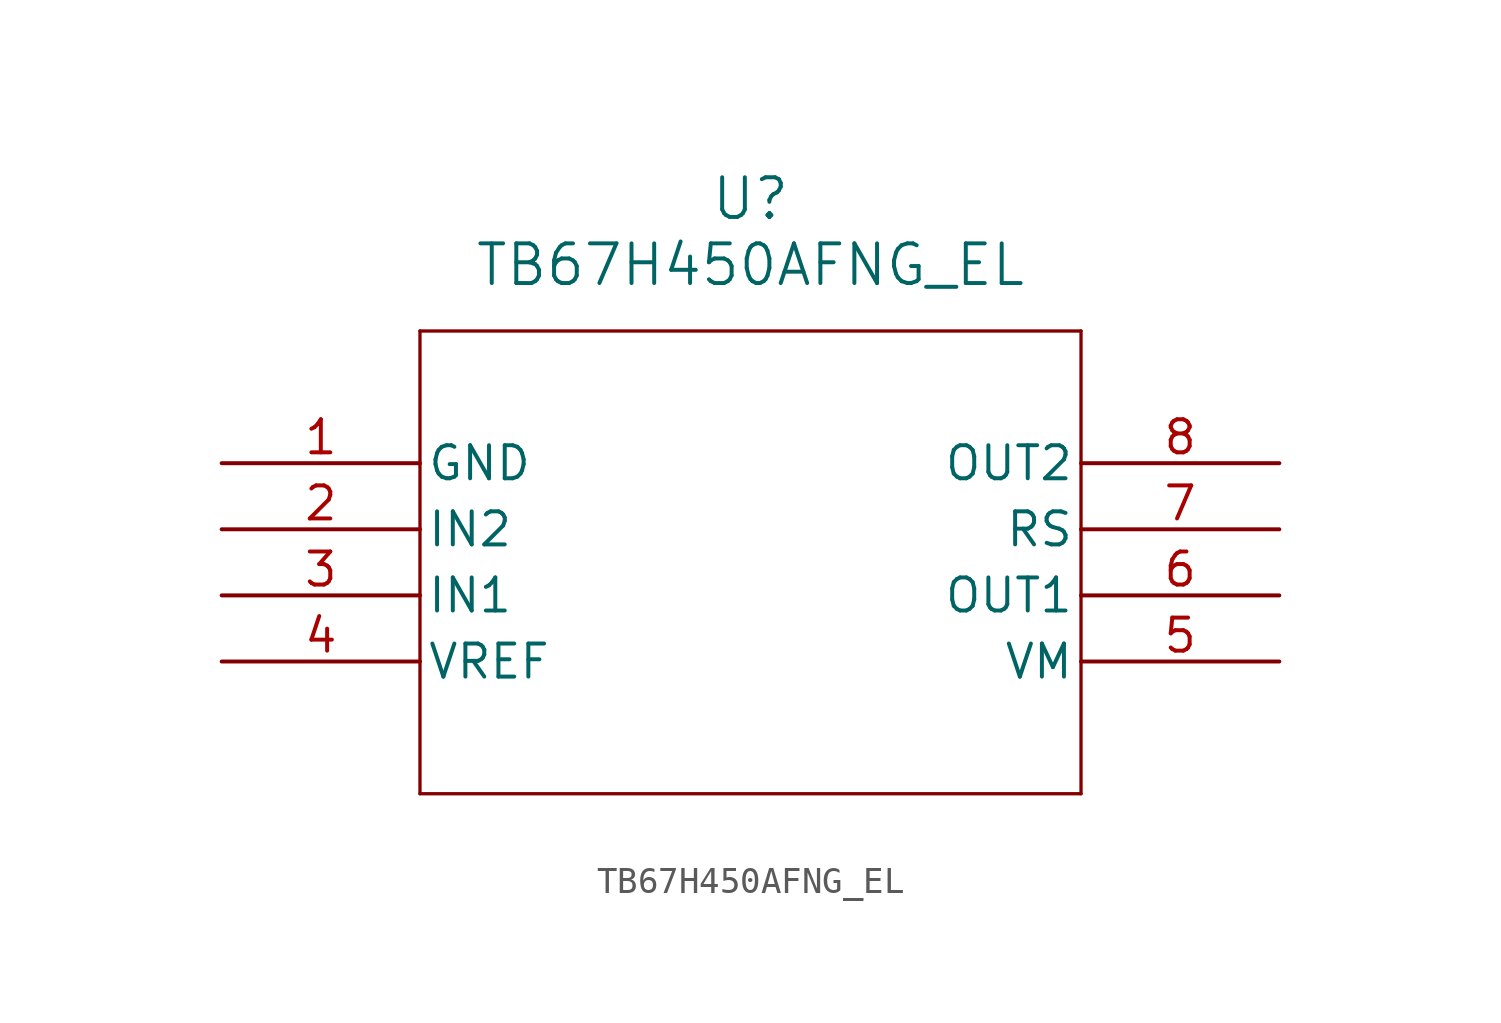
<source format=kicad_sym>
(kicad_symbol_lib
  (version 20211014)
  (generator kicad_symbol_editor)
  (symbol "TB67H450AFNG_EL"
    (pin_names
      (offset 0.254))
    (property "Reference" "U"
      (at 20.32 10.16 0)
      (effects (font (size 1.524 1.524))))
    (property "Value" "TB67H450AFNG_EL"
      (at 20.32 7.62 0)
      (effects (font (size 1.524 1.524))))
    (symbol "TB67H450AFNG_EL_0_1"
      (polyline (pts (xy 7.62 5.08) (xy 7.62 -12.7)) (stroke (width 0.127) (type default) (color 0 0 0 0)) (fill (type none)))
      (polyline (pts (xy 7.62 -12.7) (xy 33.02 -12.7)) (stroke (width 0.127) (type default) (color 0 0 0 0)) (fill (type none)))
      (polyline (pts (xy 33.02 -12.7) (xy 33.02 5.08)) (stroke (width 0.127) (type default) (color 0 0 0 0)) (fill (type none)))
      (polyline (pts (xy 33.02 5.08) (xy 7.62 5.08)) (stroke (width 0.127) (type default) (color 0 0 0 0)) (fill (type none)))
      (pin power_out line (at 0 0 0) (length 7.62) (name "GND" (effects (font (size 1.27 1.27)))) (number "1" (effects (font (size 1.27 1.27)))))
      (pin input line (at 0 -2.54 0) (length 7.62) (name "IN2" (effects (font (size 1.27 1.27)))) (number "2" (effects (font (size 1.27 1.27)))))
      (pin input line (at 0 -5.08 0) (length 7.62) (name "IN1" (effects (font (size 1.27 1.27)))) (number "3" (effects (font (size 1.27 1.27)))))
      (pin unspecified line (at 0 -7.62 0) (length 7.62) (name "VREF" (effects (font (size 1.27 1.27)))) (number "4" (effects (font (size 1.27 1.27)))))
      (pin power_in line (at 40.64 -7.62 180) (length 7.62) (name "VM" (effects (font (size 1.27 1.27)))) (number "5" (effects (font (size 1.27 1.27)))))
      (pin output line (at 40.64 -5.08 180) (length 7.62) (name "OUT1" (effects (font (size 1.27 1.27)))) (number "6" (effects (font (size 1.27 1.27)))))
      (pin unspecified line (at 40.64 -2.54 180) (length 7.62) (name "RS" (effects (font (size 1.27 1.27)))) (number "7" (effects (font (size 1.27 1.27)))))
      (pin output line (at 40.64 0 180) (length 7.62) (name "OUT2" (effects (font (size 1.27 1.27)))) (number "8" (effects (font (size 1.27 1.27))))))))
</source>
